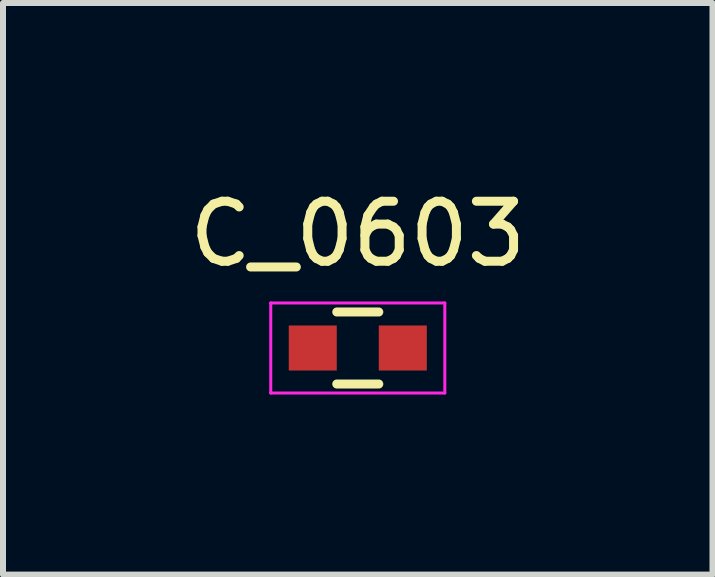
<source format=kicad_pcb>
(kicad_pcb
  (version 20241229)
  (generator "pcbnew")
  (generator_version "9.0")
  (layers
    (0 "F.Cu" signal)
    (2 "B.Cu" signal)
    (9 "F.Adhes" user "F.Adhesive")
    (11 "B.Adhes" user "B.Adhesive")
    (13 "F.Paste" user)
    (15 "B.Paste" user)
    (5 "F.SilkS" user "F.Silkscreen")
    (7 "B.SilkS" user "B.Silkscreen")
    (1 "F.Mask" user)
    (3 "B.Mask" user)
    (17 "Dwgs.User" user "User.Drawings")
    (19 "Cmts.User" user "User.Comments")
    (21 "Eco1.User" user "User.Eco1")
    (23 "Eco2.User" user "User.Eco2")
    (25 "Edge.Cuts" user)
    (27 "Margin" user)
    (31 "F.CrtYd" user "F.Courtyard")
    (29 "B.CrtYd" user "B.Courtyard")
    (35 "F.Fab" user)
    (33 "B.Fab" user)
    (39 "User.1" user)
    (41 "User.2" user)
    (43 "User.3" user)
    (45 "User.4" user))
  (footprint "C_0603"
    (layer "F.Cu")
    (at 2.911 2.748)
    (property "Reference" "C_0603" (at 0 -1.9 0) (layer "F.SilkS") (effects (font (size 1 1) (thickness 0.15))))
    (attr smd)
    (fp_line (start -0.35 -0.6) (end 0.35 -0.6) (stroke (width 0.15) (type solid)) (layer "F.SilkS"))
    (fp_line (start 0.35 0.6) (end -0.35 0.6) (stroke (width 0.15) (type solid)) (layer "F.SilkS"))
    (fp_line (start -1.45 -0.75) (end -1.45 0.75) (stroke (width 0.05) (type solid)) (layer "F.CrtYd"))
    (fp_line (start -1.45 -0.75) (end 1.45 -0.75) (stroke (width 0.05) (type solid)) (layer "F.CrtYd"))
    (fp_line (start -1.45 0.75) (end 1.45 0.75) (stroke (width 0.05) (type solid)) (layer "F.CrtYd"))
    (fp_line (start 1.45 -0.75) (end 1.45 0.75) (stroke (width 0.05) (type solid)) (layer "F.CrtYd"))
    (pad "1" smd rect (at -0.75 0) (size 0.8 0.75) (layers "F.Cu" "F.Mask" "F.Paste"))
    (pad "2" smd rect (at 0.75 0) (size 0.8 0.75) (layers "F.Cu" "F.Mask" "F.Paste")))
  (gr_rect
    (start -3 -3)
    (end 8.821 6.523)
    (stroke (width 0.1) (type default))
    (fill no)
    (layer "Edge.Cuts")))
</source>
